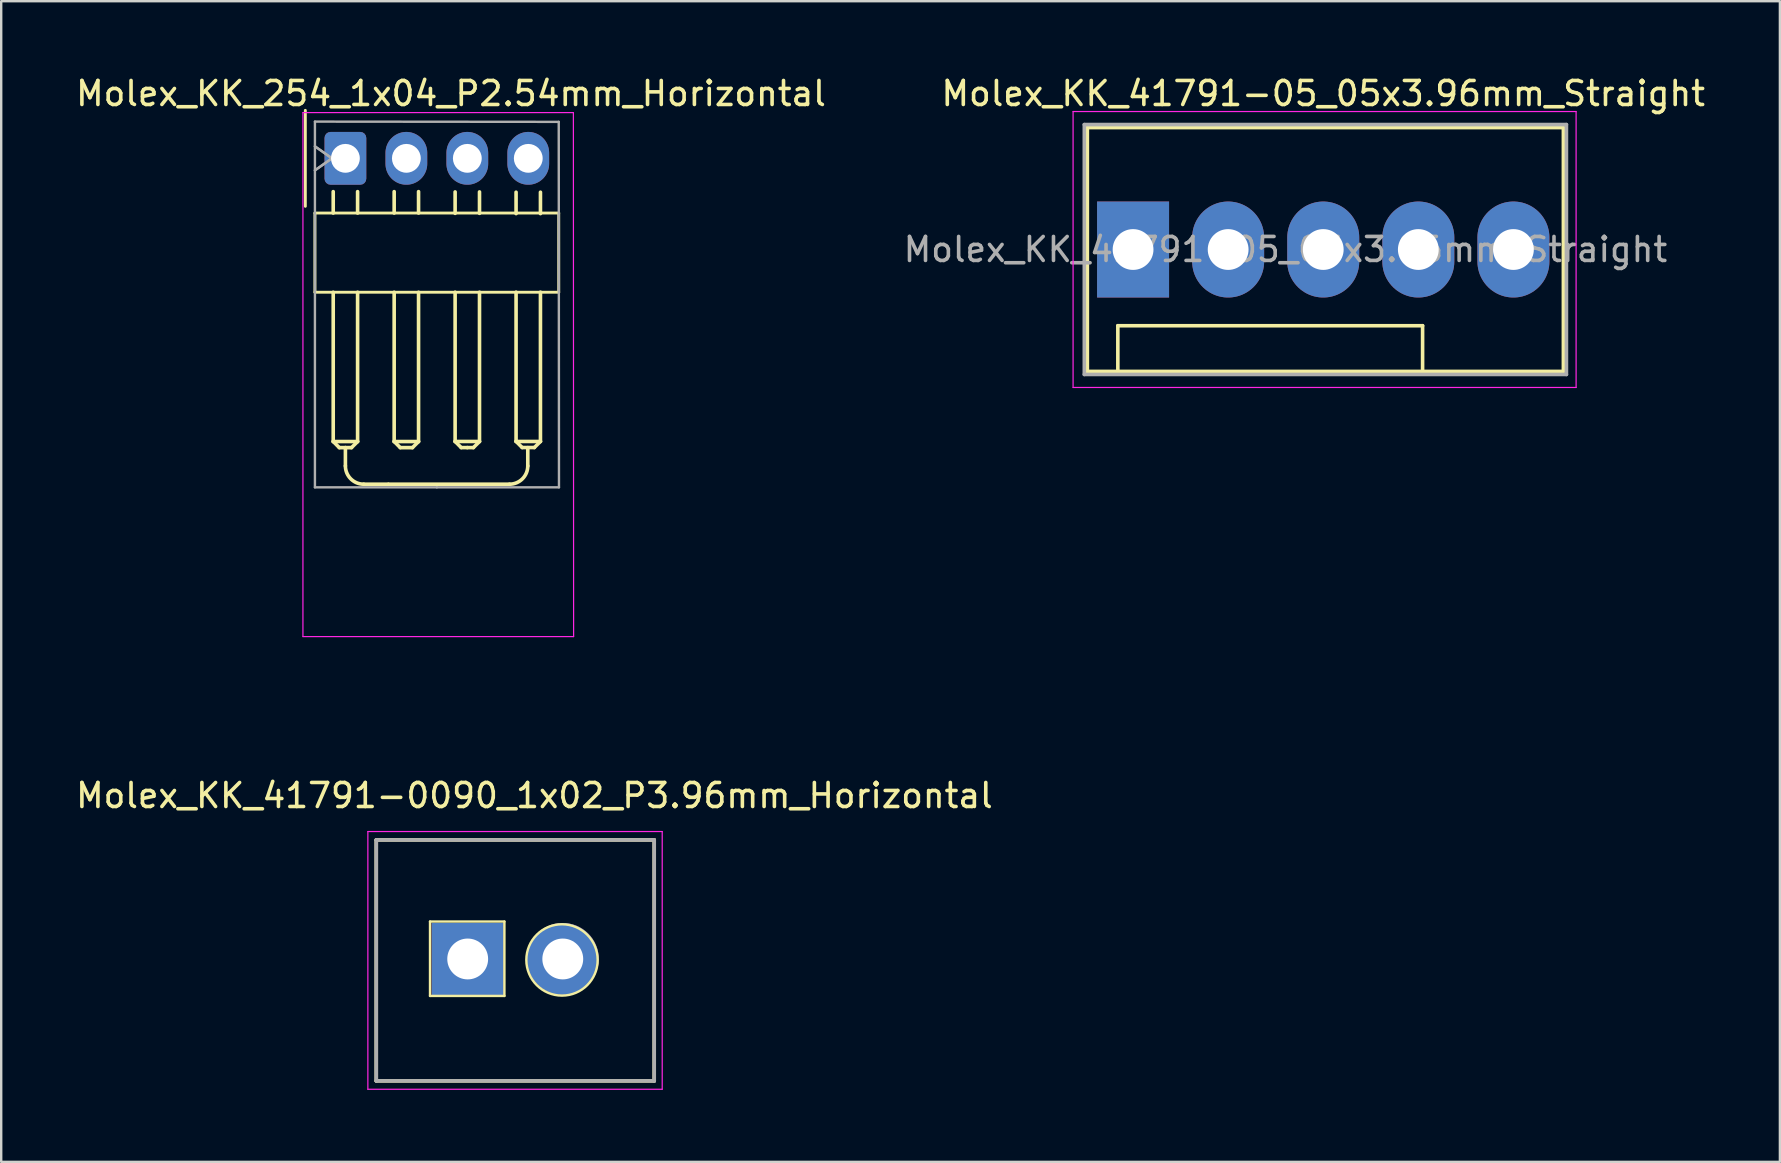
<source format=kicad_pcb>
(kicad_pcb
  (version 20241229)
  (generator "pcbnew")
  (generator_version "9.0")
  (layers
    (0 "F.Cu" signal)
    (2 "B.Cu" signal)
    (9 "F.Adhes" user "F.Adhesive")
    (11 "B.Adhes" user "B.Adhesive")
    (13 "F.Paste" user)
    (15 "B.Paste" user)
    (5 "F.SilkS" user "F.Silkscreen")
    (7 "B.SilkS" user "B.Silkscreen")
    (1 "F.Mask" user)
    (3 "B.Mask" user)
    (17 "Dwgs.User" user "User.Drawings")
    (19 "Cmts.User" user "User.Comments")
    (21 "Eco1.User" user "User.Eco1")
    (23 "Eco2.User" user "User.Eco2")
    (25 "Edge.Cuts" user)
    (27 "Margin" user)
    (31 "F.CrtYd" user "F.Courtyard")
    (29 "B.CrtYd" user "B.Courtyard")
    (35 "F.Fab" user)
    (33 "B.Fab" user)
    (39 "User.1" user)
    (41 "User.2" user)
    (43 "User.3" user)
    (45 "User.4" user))
  (footprint "Molex_KK_254_1x04_P2.54mm_Horizontal"
    (layer "F.Cu")
    (at 14.944 12.548)
    (property "Reference" "Molex_KK_254_1x04_P2.54mm_Horizontal" (at 0.8 -11.7 0) (layer "F.SilkS") (effects (font (size 1 1) (thickness 0.15))))
    (attr through_hole)
    (fp_line (start -5.27 -11) (end -5.27 -7) (stroke (width 0.12) (type solid)) (layer "F.SilkS"))
    (fp_line (start -4.87 -6.72) (end -4.87 -3.42) (stroke (width 0.12) (type solid)) (layer "F.SilkS"))
    (fp_line (start -4.87 -6.72) (end 5.29 -6.72) (stroke (width 0.12) (type solid)) (layer "F.SilkS"))
    (fp_line (start -4.108 -7.612) (end -4.108 -6.72) (stroke (width 0.15) (type solid)) (layer "F.SilkS"))
    (fp_line (start -4.108 2.802) (end -4.108 -3.418) (stroke (width 0.15) (type solid)) (layer "F.SilkS"))
    (fp_line (start -4.108 2.802) (end -3.092 2.802) (stroke (width 0.15) (type solid)) (layer "F.SilkS"))
    (fp_line (start -3.854 3.056) (end -4.108 2.802) (stroke (width 0.15) (type solid)) (layer "F.SilkS"))
    (fp_line (start -3.6 3.056) (end -3.854 3.056) (stroke (width 0.15) (type solid)) (layer "F.SilkS"))
    (fp_line (start -3.6 3.056) (end -3.6 3.818) (stroke (width 0.15) (type solid)) (layer "F.SilkS"))
    (fp_line (start -3.346 3.056) (end -3.6 3.056) (stroke (width 0.15) (type solid)) (layer "F.SilkS"))
    (fp_line (start -3.092 -6.72) (end -3.092 -7.612) (stroke (width 0.15) (type solid)) (layer "F.SilkS"))
    (fp_line (start -3.092 -3.418) (end -3.092 2.802) (stroke (width 0.15) (type solid)) (layer "F.SilkS"))
    (fp_line (start -3.092 2.802) (end -3.346 3.056) (stroke (width 0.15) (type solid)) (layer "F.SilkS"))
    (fp_line (start -2.838 4.58) (end -1.822 4.58) (stroke (width 0.15) (type solid)) (layer "F.SilkS"))
    (fp_line (start -1.8 4.58) (end 3.238 4.58) (stroke (width 0.15) (type solid)) (layer "F.SilkS"))
    (fp_line (start -1.568 -6.72) (end -1.568 -7.612) (stroke (width 0.15) (type solid)) (layer "F.SilkS"))
    (fp_line (start -1.568 -3.418) (end -1.568 2.802) (stroke (width 0.15) (type solid)) (layer "F.SilkS"))
    (fp_line (start -1.568 2.802) (end -1.314 3.056) (stroke (width 0.15) (type solid)) (layer "F.SilkS"))
    (fp_line (start -1.314 3.056) (end -0.806 3.056) (stroke (width 0.15) (type solid)) (layer "F.SilkS"))
    (fp_line (start -0.806 3.056) (end -0.552 2.802) (stroke (width 0.15) (type solid)) (layer "F.SilkS"))
    (fp_line (start -0.552 -6.72) (end -0.552 -7.612) (stroke (width 0.15) (type solid)) (layer "F.SilkS"))
    (fp_line (start -0.552 2.802) (end -1.568 2.802) (stroke (width 0.15) (type solid)) (layer "F.SilkS"))
    (fp_line (start -0.552 2.802) (end -0.552 -3.418) (stroke (width 0.15) (type solid)) (layer "F.SilkS"))
    (fp_line (start 0.972 -7.6) (end 0.972 -6.708) (stroke (width 0.15) (type solid)) (layer "F.SilkS"))
    (fp_line (start 0.972 2.8) (end 0.972 -3.42) (stroke (width 0.15) (type solid)) (layer "F.SilkS"))
    (fp_line (start 0.972 2.8) (end 1.988 2.8) (stroke (width 0.15) (type solid)) (layer "F.SilkS"))
    (fp_line (start 1.226 3.054) (end 0.972 2.8) (stroke (width 0.15) (type solid)) (layer "F.SilkS"))
    (fp_line (start 1.48 3.054) (end 1.226 3.054) (stroke (width 0.15) (type solid)) (layer "F.SilkS"))
    (fp_line (start 1.734 3.054) (end 1.48 3.054) (stroke (width 0.15) (type solid)) (layer "F.SilkS"))
    (fp_line (start 1.988 -6.708) (end 1.988 -7.6) (stroke (width 0.15) (type solid)) (layer "F.SilkS"))
    (fp_line (start 1.988 -3.42) (end 1.988 2.8) (stroke (width 0.15) (type solid)) (layer "F.SilkS"))
    (fp_line (start 1.988 2.8) (end 1.734 3.054) (stroke (width 0.15) (type solid)) (layer "F.SilkS"))
    (fp_line (start 3.512 -6.696) (end 3.512 -7.588) (stroke (width 0.15) (type solid)) (layer "F.SilkS"))
    (fp_line (start 3.512 -3.422) (end 3.512 2.798) (stroke (width 0.15) (type solid)) (layer "F.SilkS"))
    (fp_line (start 3.512 2.798) (end 3.766 3.052) (stroke (width 0.15) (type solid)) (layer "F.SilkS"))
    (fp_line (start 3.766 3.052) (end 4.274 3.052) (stroke (width 0.15) (type solid)) (layer "F.SilkS"))
    (fp_line (start 4 3.056) (end 4 3.818) (stroke (width 0.15) (type solid)) (layer "F.SilkS"))
    (fp_line (start 4.274 3.052) (end 4.528 2.798) (stroke (width 0.15) (type solid)) (layer "F.SilkS"))
    (fp_line (start 4.528 -6.696) (end 4.528 -7.588) (stroke (width 0.15) (type solid)) (layer "F.SilkS"))
    (fp_line (start 4.528 2.798) (end 3.512 2.798) (stroke (width 0.15) (type solid)) (layer "F.SilkS"))
    (fp_line (start 4.528 2.798) (end 4.528 -3.422) (stroke (width 0.15) (type solid)) (layer "F.SilkS"))
    (fp_line (start 5.29 -6.72) (end 5.29 -3.42) (stroke (width 0.12) (type solid)) (layer "F.SilkS"))
    (fp_line (start 5.29 -3.42) (end -4.87 -3.42) (stroke (width 0.12) (type solid)) (layer "F.SilkS"))
    (fp_arc (start -2.838 4.58) (mid -3.376815 4.356815) (end -3.6 3.818) (stroke (width 0.15) (type solid)) (layer "F.SilkS"))
    (fp_arc (start 4 3.818) (mid 3.776815 4.356815) (end 3.238 4.58) (stroke (width 0.15) (type solid)) (layer "F.SilkS"))
    (fp_line (start -5.37 -10.905) (end -5.37 10.93) (stroke (width 0.05) (type solid)) (layer "F.CrtYd"))
    (fp_line (start -5.37 10.93) (end 5.91 10.93) (stroke (width 0.05) (type solid)) (layer "F.CrtYd"))
    (fp_line (start 5.9 -10.905) (end -5.37 -10.905) (stroke (width 0.05) (type solid)) (layer "F.CrtYd"))
    (fp_line (start 5.91 10.93) (end 5.9 -10.905) (stroke (width 0.05) (type solid)) (layer "F.CrtYd"))
    (fp_line (start -4.87 -10.53) (end -4.87 4.71) (stroke (width 0.1) (type solid)) (layer "F.Fab"))
    (fp_line (start -4.87 -9.5) (end -4.163 -9) (stroke (width 0.1) (type solid)) (layer "F.Fab"))
    (fp_line (start -4.87 -9.5) (end -4.163 -9) (stroke (width 0.1) (type solid)) (layer "F.Fab"))
    (fp_line (start -4.87 4.71) (end 0.21 4.71) (stroke (width 0.1) (type solid)) (layer "F.Fab"))
    (fp_line (start -4.163 -9) (end -4.87 -8.5) (stroke (width 0.1) (type solid)) (layer "F.Fab"))
    (fp_line (start -4.163 -9) (end -4.87 -8.5) (stroke (width 0.1) (type solid)) (layer "F.Fab"))
    (fp_line (start 0.21 4.71) (end 5.3 4.71) (stroke (width 0.1) (type solid)) (layer "F.Fab"))
    (fp_line (start 5.29 -10.52) (end -4.87 -10.53) (stroke (width 0.1) (type solid)) (layer "F.Fab"))
    (fp_line (start 5.3 4.71) (end 5.29 -10.52) (stroke (width 0.1) (type solid)) (layer "F.Fab"))
    (pad "1" thru_hole roundrect (at -3.6 -9) (size 1.74 2.2) (drill 1.2) (layers "*.Cu" "*.Mask") (roundrect_rratio 0.144))
    (pad "2" thru_hole oval (at -1.06 -9) (size 1.74 2.2) (drill 1.2) (layers "*.Cu" "*.Mask"))
    (pad "3" thru_hole oval (at 1.48 -9) (size 1.74 2.2) (drill 1.2) (layers "*.Cu" "*.Mask"))
    (pad "4" thru_hole oval (at 4.02 -9) (size 1.74 2.2) (drill 1.2) (layers "*.Cu" "*.Mask")))
  (footprint "Molex_KK_41791-05_05x3.96mm_Straight"
    (layer "F.Cu")
    (at 44.168 7.348)
    (property "Reference" "Molex_KK_41791-05_05x3.96mm_Straight" (at 7.925 -6.5 0) (layer "F.SilkS") (effects (font (size 1 1) (thickness 0.15))))
    (attr through_hole)
    (fp_line (start -1.905 -5.08) (end -1.905 5.08) (stroke (width 0.15) (type solid)) (layer "F.SilkS"))
    (fp_line (start -1.905 -5.08) (end 17.932 -5.08) (stroke (width 0.15) (type solid)) (layer "F.SilkS"))
    (fp_line (start -0.635 3.175) (end 12.065 3.175) (stroke (width 0.15) (type solid)) (layer "F.SilkS"))
    (fp_line (start -0.635 5.08) (end -0.635 3.175) (stroke (width 0.15) (type solid)) (layer "F.SilkS"))
    (fp_line (start 12.065 3.175) (end 12.065 5.08) (stroke (width 0.15) (type solid)) (layer "F.SilkS"))
    (fp_line (start 17.932 -5.08) (end 17.932 5.08) (stroke (width 0.15) (type solid)) (layer "F.SilkS"))
    (fp_line (start 17.932 5.08) (end -1.905 5.08) (stroke (width 0.15) (type solid)) (layer "F.SilkS"))
    (fp_line (start -2.5 -5.75) (end 18.462 -5.75) (stroke (width 0.05) (type solid)) (layer "F.CrtYd"))
    (fp_line (start -2.5 5.75) (end -2.5 -5.75) (stroke (width 0.05) (type solid)) (layer "F.CrtYd"))
    (fp_line (start -2.5 5.75) (end 18.462 5.75) (stroke (width 0.05) (type solid)) (layer "F.CrtYd"))
    (fp_line (start 18.462 -5.75) (end 18.462 5.75) (stroke (width 0.05) (type solid)) (layer "F.CrtYd"))
    (fp_line (start -2.032 -5.207) (end 18.059 -5.207) (stroke (width 0.15) (type solid)) (layer "F.Fab"))
    (fp_line (start -2.032 5.207) (end -2.032 -5.207) (stroke (width 0.15) (type solid)) (layer "F.Fab"))
    (fp_line (start 18.059 -5.207) (end 18.059 5.207) (stroke (width 0.15) (type solid)) (layer "F.Fab"))
    (fp_line (start 18.059 5.207) (end -2.032 5.207) (stroke (width 0.15) (type solid)) (layer "F.Fab"))
    (fp_text user "${REFERENCE}" (at 6.35 0 0) (layer "F.Fab") (effects (font (size 1 1) (thickness 0.15))))
    (pad "1" thru_hole rect (at 0 0) (size 3 4) (drill 1.7) (layers "*.Cu" "*.Mask"))
    (pad "2" thru_hole oval (at 3.962 0) (size 3 4) (drill 1.7) (layers "*.Cu" "*.Mask"))
    (pad "3" thru_hole oval (at 7.925 0) (size 3 4) (drill 1.7) (layers "*.Cu" "*.Mask"))
    (pad "4" thru_hole oval (at 11.887 0) (size 3 4) (drill 1.7) (layers "*.Cu" "*.Mask"))
    (pad "5" thru_hole oval (at 15.85 0) (size 3 4) (drill 1.7) (layers "*.Cu" "*.Mask")))
  (footprint "Molex_KK_41791-0090_1x02_P3.96mm_Horizontal"
    (layer "F.Cu")
    (at 27.87 26.753)
    (property "Reference" "Molex_KK_41791-0090_1x02_P3.96mm_Horizontal" (at -8.65 3.35 0) (layer "F.SilkS") (effects (font (size 1 1) (thickness 0.15))))
    (attr through_hole)
    (fp_line (start -15.24 5.2) (end -15.24 15.24) (stroke (width 0.15) (type solid)) (layer "F.SilkS"))
    (fp_line (start -15.24 5.2) (end -3.657 5.2) (stroke (width 0.15) (type solid)) (layer "F.SilkS"))
    (fp_line (start -15.24 15.24) (end -3.657 15.24) (stroke (width 0.15) (type solid)) (layer "F.SilkS"))
    (fp_line (start -13 8.6) (end -13 11.7) (stroke (width 0.1) (type solid)) (layer "F.SilkS"))
    (fp_line (start -13 11.7) (end -9.9 11.7) (stroke (width 0.1) (type solid)) (layer "F.SilkS"))
    (fp_line (start -9.9 8.6) (end -13 8.6) (stroke (width 0.1) (type solid)) (layer "F.SilkS"))
    (fp_line (start -9.9 11.7) (end -9.9 8.6) (stroke (width 0.1) (type solid)) (layer "F.SilkS"))
    (fp_line (start -3.657 15.24) (end -3.657 5.2) (stroke (width 0.15) (type solid)) (layer "F.SilkS"))
    (fp_circle (center -7.5 10.2) (end -7 8.8) (stroke (width 0.1) (type solid)) (fill no) (layer "F.SilkS"))
    (fp_line (start -15.59 4.85) (end -15.59 15.59) (stroke (width 0.05) (type solid)) (layer "F.CrtYd"))
    (fp_line (start -15.59 4.85) (end -3.324 4.85) (stroke (width 0.05) (type solid)) (layer "F.CrtYd"))
    (fp_line (start -15.59 15.59) (end -3.324 15.59) (stroke (width 0.05) (type solid)) (layer "F.CrtYd"))
    (fp_line (start -3.324 4.85) (end -3.324 15.59) (stroke (width 0.05) (type solid)) (layer "F.CrtYd"))
    (fp_line (start -15.24 5.2) (end -15.24 15.24) (stroke (width 0.15) (type solid)) (layer "F.Fab"))
    (fp_line (start -15.24 5.2) (end -3.657 5.2) (stroke (width 0.15) (type solid)) (layer "F.Fab"))
    (fp_line (start -15.24 15.24) (end -3.657 15.24) (stroke (width 0.15) (type solid)) (layer "F.Fab"))
    (fp_line (start -3.657 15.25) (end -3.657 5.2) (stroke (width 0.15) (type solid)) (layer "F.Fab"))
    (pad "1" thru_hole rect (at -11.43 10.16) (size 3 3) (drill 1.702) (layers "*.Cu" "*.Mask"))
    (pad "2" thru_hole circle (at -7.468 10.16) (size 3 3) (drill 1.702) (layers "*.Cu" "*.Mask")))
  (gr_rect
    (start -3 -3)
    (end 71.123 45.368)
    (stroke (width 0.1) (type default))
    (fill no)
    (layer "Edge.Cuts")))
</source>
